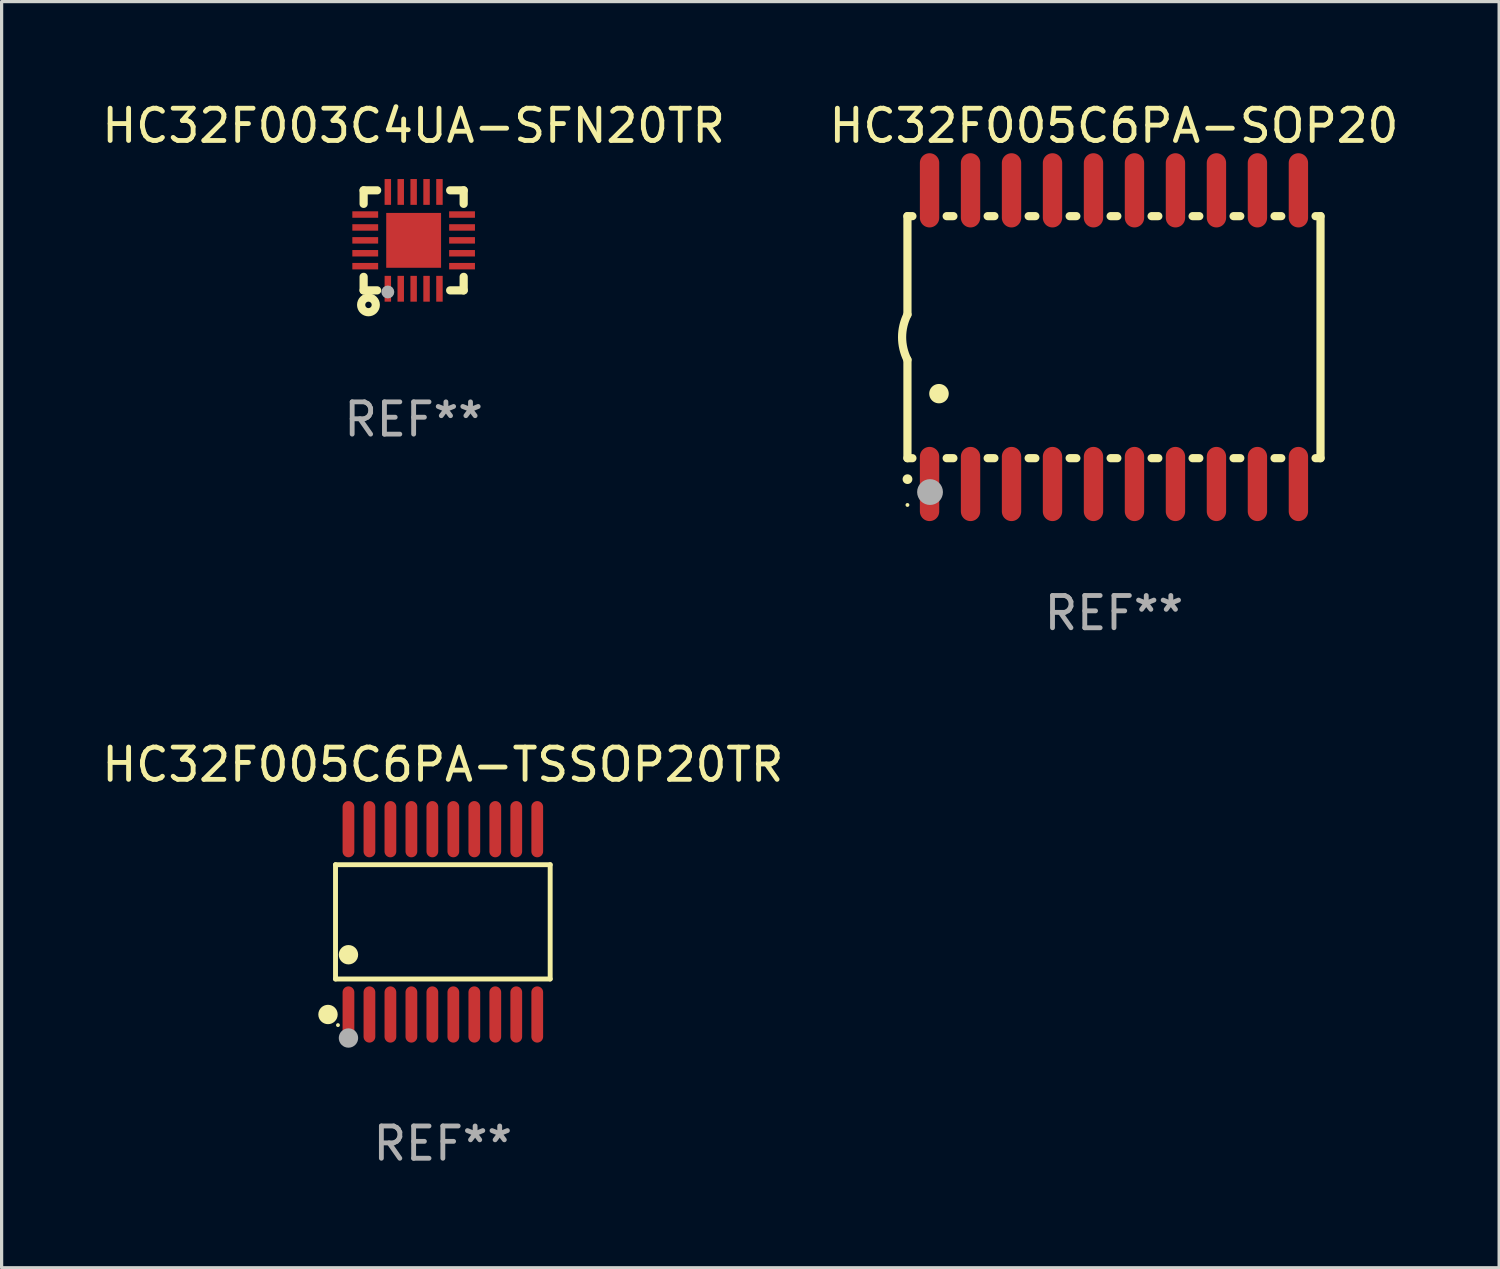
<source format=kicad_pcb>
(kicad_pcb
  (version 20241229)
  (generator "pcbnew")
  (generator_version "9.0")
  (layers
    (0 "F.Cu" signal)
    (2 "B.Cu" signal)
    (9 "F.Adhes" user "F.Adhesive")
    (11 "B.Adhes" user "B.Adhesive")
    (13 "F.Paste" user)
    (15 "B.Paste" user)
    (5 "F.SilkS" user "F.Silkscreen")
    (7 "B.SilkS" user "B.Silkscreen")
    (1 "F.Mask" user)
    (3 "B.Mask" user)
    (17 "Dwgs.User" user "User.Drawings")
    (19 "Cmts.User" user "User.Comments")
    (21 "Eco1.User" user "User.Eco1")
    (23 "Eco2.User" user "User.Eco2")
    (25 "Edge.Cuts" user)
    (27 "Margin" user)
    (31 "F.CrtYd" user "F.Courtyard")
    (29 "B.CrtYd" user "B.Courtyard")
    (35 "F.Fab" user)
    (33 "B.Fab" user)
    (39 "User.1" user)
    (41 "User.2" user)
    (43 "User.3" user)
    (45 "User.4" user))
  (footprint "HC32F005C6PA-SOP20"
    (layer "F.Cu")
    (at 31.47 7.398)
    (property "Reference" "HC32F005C6PA-SOP20" (at 0 -6.55 0) (layer "F.SilkS") (effects (font (size 1 1) (thickness 0.15))))
    (attr through_hole)
    (fp_line (start -6.4 -3.75) (end -6.4 -0.7) (stroke (width 0.254) (type solid)) (layer "F.SilkS"))
    (fp_line (start -6.4 -3.75) (end -6.246 -3.75) (stroke (width 0.254) (type solid)) (layer "F.SilkS"))
    (fp_line (start -6.4 3.75) (end -6.4 0.7) (stroke (width 0.254) (type solid)) (layer "F.SilkS"))
    (fp_line (start -6.246 3.75) (end -6.4 3.75) (stroke (width 0.254) (type solid)) (layer "F.SilkS"))
    (fp_line (start -5.184 -3.75) (end -4.976 -3.75) (stroke (width 0.254) (type solid)) (layer "F.SilkS"))
    (fp_line (start -4.976 3.75) (end -5.184 3.75) (stroke (width 0.254) (type solid)) (layer "F.SilkS"))
    (fp_line (start -3.914 -3.75) (end -3.706 -3.75) (stroke (width 0.254) (type solid)) (layer "F.SilkS"))
    (fp_line (start -3.706 3.75) (end -3.914 3.75) (stroke (width 0.254) (type solid)) (layer "F.SilkS"))
    (fp_line (start -2.644 -3.75) (end -2.436 -3.75) (stroke (width 0.254) (type solid)) (layer "F.SilkS"))
    (fp_line (start -2.436 3.75) (end -2.644 3.75) (stroke (width 0.254) (type solid)) (layer "F.SilkS"))
    (fp_line (start -1.374 -3.75) (end -1.166 -3.75) (stroke (width 0.254) (type solid)) (layer "F.SilkS"))
    (fp_line (start -1.166 3.75) (end -1.374 3.75) (stroke (width 0.254) (type solid)) (layer "F.SilkS"))
    (fp_line (start -0.104 -3.75) (end 0.104 -3.75) (stroke (width 0.254) (type solid)) (layer "F.SilkS"))
    (fp_line (start 0.104 3.75) (end -0.104 3.75) (stroke (width 0.254) (type solid)) (layer "F.SilkS"))
    (fp_line (start 1.166 -3.75) (end 1.374 -3.75) (stroke (width 0.254) (type solid)) (layer "F.SilkS"))
    (fp_line (start 1.374 3.75) (end 1.166 3.75) (stroke (width 0.254) (type solid)) (layer "F.SilkS"))
    (fp_line (start 2.436 -3.75) (end 2.644 -3.75) (stroke (width 0.254) (type solid)) (layer "F.SilkS"))
    (fp_line (start 2.644 3.75) (end 2.436 3.75) (stroke (width 0.254) (type solid)) (layer "F.SilkS"))
    (fp_line (start 3.706 -3.75) (end 3.914 -3.75) (stroke (width 0.254) (type solid)) (layer "F.SilkS"))
    (fp_line (start 3.914 3.75) (end 3.706 3.75) (stroke (width 0.254) (type solid)) (layer "F.SilkS"))
    (fp_line (start 4.976 -3.75) (end 5.184 -3.75) (stroke (width 0.254) (type solid)) (layer "F.SilkS"))
    (fp_line (start 5.184 3.75) (end 4.976 3.75) (stroke (width 0.254) (type solid)) (layer "F.SilkS"))
    (fp_line (start 6.246 -3.75) (end 6.4 -3.75) (stroke (width 0.254) (type solid)) (layer "F.SilkS"))
    (fp_line (start 6.4 -3.75) (end 6.4 3.75) (stroke (width 0.254) (type solid)) (layer "F.SilkS"))
    (fp_line (start 6.4 3.75) (end 6.246 3.75) (stroke (width 0.254) (type solid)) (layer "F.SilkS"))
    (fp_arc (start -6.400812 0.701041) (mid -6.565912 0.000428) (end -6.400025 -0.7) (stroke (width 0.254001) (type solid)) (layer "F.SilkS"))
    (fp_arc (start -6.400025 4.4) (mid -6.398755 4.399995) (end -6.397485 4.4) (stroke (width 0.3) (type solid)) (layer "F.SilkS"))
    (fp_arc (start -5.425451 1.750064) (mid -5.422911 1.750053) (end -5.420371 1.750064) (stroke (width 0.6) (type solid)) (layer "F.SilkS"))
    (fp_circle (center -6.4 5.2) (end -6.37 5.2) (stroke (width 0.06) (type solid)) (fill no) (layer "F.SilkS"))
    (fp_circle (center -5.7 4.8) (end -5.5 4.8) (stroke (width 0.4) (type solid)) (fill no) (layer "F.Fab"))
    (fp_text user "REF**" (at 0 8.55 0) (layer "F.Fab") (effects (font (size 1 1) (thickness 0.15))))
    (pad "1" smd oval (at -5.715 4.55 180) (size 0.6 2.3) (layers "F.Cu" "F.Mask" "F.Paste"))
    (pad "2" smd oval (at -4.445 4.55 180) (size 0.6 2.3) (layers "F.Cu" "F.Mask" "F.Paste"))
    (pad "3" smd oval (at -3.175 4.55 180) (size 0.6 2.3) (layers "F.Cu" "F.Mask" "F.Paste"))
    (pad "4" smd oval (at -1.905 4.55 180) (size 0.6 2.3) (layers "F.Cu" "F.Mask" "F.Paste"))
    (pad "5" smd oval (at -0.635 4.55 180) (size 0.6 2.3) (layers "F.Cu" "F.Mask" "F.Paste"))
    (pad "6" smd oval (at 0.635 4.55 180) (size 0.6 2.3) (layers "F.Cu" "F.Mask" "F.Paste"))
    (pad "7" smd oval (at 1.905 4.55 180) (size 0.6 2.3) (layers "F.Cu" "F.Mask" "F.Paste"))
    (pad "8" smd oval (at 3.175 4.55 180) (size 0.6 2.3) (layers "F.Cu" "F.Mask" "F.Paste"))
    (pad "9" smd oval (at 4.445 4.55 180) (size 0.6 2.3) (layers "F.Cu" "F.Mask" "F.Paste"))
    (pad "10" smd oval (at 5.715 4.55 180) (size 0.6 2.3) (layers "F.Cu" "F.Mask" "F.Paste"))
    (pad "11" smd oval (at 5.715 -4.55 180) (size 0.6 2.3) (layers "F.Cu" "F.Mask" "F.Paste"))
    (pad "12" smd oval (at 4.445 -4.55 180) (size 0.6 2.3) (layers "F.Cu" "F.Mask" "F.Paste"))
    (pad "13" smd oval (at 3.175 -4.55 180) (size 0.6 2.3) (layers "F.Cu" "F.Mask" "F.Paste"))
    (pad "14" smd oval (at 1.905 -4.55 180) (size 0.6 2.3) (layers "F.Cu" "F.Mask" "F.Paste"))
    (pad "15" smd oval (at 0.635 -4.55 180) (size 0.6 2.3) (layers "F.Cu" "F.Mask" "F.Paste"))
    (pad "16" smd oval (at -0.635 -4.55 180) (size 0.6 2.3) (layers "F.Cu" "F.Mask" "F.Paste"))
    (pad "17" smd oval (at -1.905 -4.55 180) (size 0.6 2.3) (layers "F.Cu" "F.Mask" "F.Paste"))
    (pad "18" smd oval (at -3.175 -4.55 180) (size 0.6 2.3) (layers "F.Cu" "F.Mask" "F.Paste"))
    (pad "19" smd oval (at -4.445 -4.55 180) (size 0.6 2.3) (layers "F.Cu" "F.Mask" "F.Paste"))
    (pad "20" smd oval (at -5.715 -4.55 180) (size 0.6 2.3) (layers "F.Cu" "F.Mask" "F.Paste")))
  (footprint "HC32F003C4UA-SFN20TR"
    (layer "F.Cu")
    (at 9.768 4.398)
    (property "Reference" "HC32F003C4UA-SFN20TR" (at 0 -3.55 0) (layer "F.SilkS") (effects (font (size 1 1) (thickness 0.15))))
    (attr through_hole)
    (fp_line (start -1.55 -1.131) (end -1.55 -1.55) (stroke (width 0.254) (type solid)) (layer "F.SilkS"))
    (fp_line (start -1.55 1.55) (end -1.55 1.131) (stroke (width 0.254) (type solid)) (layer "F.SilkS"))
    (fp_line (start -1.55 1.55) (end -1.131 1.55) (stroke (width 0.254) (type solid)) (layer "F.SilkS"))
    (fp_line (start -1.131 -1.55) (end -1.55 -1.55) (stroke (width 0.254) (type solid)) (layer "F.SilkS"))
    (fp_line (start 1.131 1.55) (end 1.55 1.55) (stroke (width 0.254) (type solid)) (layer "F.SilkS"))
    (fp_line (start 1.55 -1.55) (end 1.131 -1.55) (stroke (width 0.254) (type solid)) (layer "F.SilkS"))
    (fp_line (start 1.55 -1.55) (end 1.55 -1.131) (stroke (width 0.254) (type solid)) (layer "F.SilkS"))
    (fp_line (start 1.55 1.131) (end 1.55 1.55) (stroke (width 0.254) (type solid)) (layer "F.SilkS"))
    (fp_circle (center -1.5 1.5) (end -1.47 1.5) (stroke (width 0.06) (type solid)) (fill no) (layer "F.SilkS"))
    (fp_circle (center -1.4 2) (end -1.3 2) (stroke (width 0.254) (type solid)) (fill no) (layer "F.SilkS"))
    (fp_circle (center -0.8 1.6) (end -0.7 1.6) (stroke (width 0.2) (type solid)) (fill no) (layer "F.Fab"))
    (fp_text user "REF**" (at 0 5.55 0) (layer "F.Fab") (effects (font (size 1 1) (thickness 0.15))))
    (pad "1" smd rect (at -0.8 1.5 180) (size 0.2 0.8) (layers "F.Cu" "F.Mask" "F.Paste"))
    (pad "2" smd rect (at -0.4 1.5 180) (size 0.2 0.8) (layers "F.Cu" "F.Mask" "F.Paste"))
    (pad "3" smd rect (at 0 1.5 180) (size 0.2 0.8) (layers "F.Cu" "F.Mask" "F.Paste"))
    (pad "4" smd rect (at 0.4 1.5 180) (size 0.2 0.8) (layers "F.Cu" "F.Mask" "F.Paste"))
    (pad "5" smd rect (at 0.8 1.5 180) (size 0.2 0.8) (layers "F.Cu" "F.Mask" "F.Paste"))
    (pad "6" smd rect (at 1.5 0.8 90) (size 0.2 0.8) (layers "F.Cu" "F.Mask" "F.Paste"))
    (pad "7" smd rect (at 1.5 0.4 90) (size 0.2 0.8) (layers "F.Cu" "F.Mask" "F.Paste"))
    (pad "8" smd rect (at 1.5 0 90) (size 0.2 0.8) (layers "F.Cu" "F.Mask" "F.Paste"))
    (pad "9" smd rect (at 1.5 -0.4 90) (size 0.2 0.8) (layers "F.Cu" "F.Mask" "F.Paste"))
    (pad "10" smd rect (at 1.5 -0.8 90) (size 0.2 0.8) (layers "F.Cu" "F.Mask" "F.Paste"))
    (pad "11" smd rect (at 0.8 -1.5 180) (size 0.2 0.8) (layers "F.Cu" "F.Mask" "F.Paste"))
    (pad "12" smd rect (at 0.4 -1.5 180) (size 0.2 0.8) (layers "F.Cu" "F.Mask" "F.Paste"))
    (pad "13" smd rect (at 0 -1.5 180) (size 0.2 0.8) (layers "F.Cu" "F.Mask" "F.Paste"))
    (pad "14" smd rect (at -0.4 -1.5 180) (size 0.2 0.8) (layers "F.Cu" "F.Mask" "F.Paste"))
    (pad "15" smd rect (at -0.8 -1.5 180) (size 0.2 0.8) (layers "F.Cu" "F.Mask" "F.Paste"))
    (pad "16" smd rect (at -1.5 -0.8 270) (size 0.2 0.8) (layers "F.Cu" "F.Mask" "F.Paste"))
    (pad "17" smd rect (at -1.5 -0.4 270) (size 0.2 0.8) (layers "F.Cu" "F.Mask" "F.Paste"))
    (pad "18" smd rect (at -1.5 -0.000254 270) (size 0.2 0.8) (layers "F.Cu" "F.Mask" "F.Paste"))
    (pad "19" smd rect (at -1.5 0.4 270) (size 0.2 0.8) (layers "F.Cu" "F.Mask" "F.Paste"))
    (pad "20" smd rect (at -1.5 0.8 270) (size 0.2 0.8) (layers "F.Cu" "F.Mask" "F.Paste"))
    (pad "21" smd rect (at 0 0 270) (size 1.7 1.7) (layers "F.Cu" "F.Mask" "F.Paste")))
  (footprint "HC32F005C6PA-TSSOP20TR"
    (layer "F.Cu")
    (at 10.673 25.516)
    (property "Reference" "HC32F005C6PA-TSSOP20TR" (at 0 -4.871 0) (layer "F.SilkS") (effects (font (size 1 1) (thickness 0.15))))
    (attr through_hole)
    (fp_line (start -3.326 -1.771) (end 3.326 -1.771) (stroke (width 0.152) (type solid)) (layer "F.SilkS"))
    (fp_line (start -3.326 1.771) (end -3.326 -1.771) (stroke (width 0.152) (type solid)) (layer "F.SilkS"))
    (fp_line (start 3.326 -1.771) (end 3.326 1.771) (stroke (width 0.152) (type solid)) (layer "F.SilkS"))
    (fp_line (start 3.326 1.771) (end -3.326 1.771) (stroke (width 0.152) (type solid)) (layer "F.SilkS"))
    (fp_circle (center -3.559 2.871) (end -3.409 2.871) (stroke (width 0.3) (type solid)) (fill no) (layer "F.SilkS"))
    (fp_circle (center -3.25 3.2) (end -3.22 3.2) (stroke (width 0.06) (type solid)) (fill no) (layer "F.SilkS"))
    (fp_circle (center -2.925 1.019) (end -2.775 1.019) (stroke (width 0.3) (type solid)) (fill no) (layer "F.SilkS"))
    (fp_circle (center -2.925 3.6) (end -2.775 3.6) (stroke (width 0.3) (type solid)) (fill no) (layer "F.Fab"))
    (fp_text user "REF**" (at 0 6.871 0) (layer "F.Fab") (effects (font (size 1 1) (thickness 0.15))))
    (pad "1" smd oval (at -2.925 2.871) (size 0.364 1.742) (layers "F.Cu" "F.Mask" "F.Paste"))
    (pad "2" smd oval (at -2.275 2.871) (size 0.364 1.742) (layers "F.Cu" "F.Mask" "F.Paste"))
    (pad "3" smd oval (at -1.625 2.871) (size 0.364 1.742) (layers "F.Cu" "F.Mask" "F.Paste"))
    (pad "4" smd oval (at -0.975 2.871) (size 0.364 1.742) (layers "F.Cu" "F.Mask" "F.Paste"))
    (pad "5" smd oval (at -0.325 2.871) (size 0.364 1.742) (layers "F.Cu" "F.Mask" "F.Paste"))
    (pad "6" smd oval (at 0.325 2.871) (size 0.364 1.742) (layers "F.Cu" "F.Mask" "F.Paste"))
    (pad "7" smd oval (at 0.975 2.871) (size 0.364 1.742) (layers "F.Cu" "F.Mask" "F.Paste"))
    (pad "8" smd oval (at 1.625 2.871) (size 0.364 1.742) (layers "F.Cu" "F.Mask" "F.Paste"))
    (pad "9" smd oval (at 2.275 2.871) (size 0.364 1.742) (layers "F.Cu" "F.Mask" "F.Paste"))
    (pad "10" smd oval (at 2.925 2.871) (size 0.364 1.742) (layers "F.Cu" "F.Mask" "F.Paste"))
    (pad "11" smd oval (at 2.925 -2.871) (size 0.364 1.742) (layers "F.Cu" "F.Mask" "F.Paste"))
    (pad "12" smd oval (at 2.275 -2.871) (size 0.364 1.742) (layers "F.Cu" "F.Mask" "F.Paste"))
    (pad "13" smd oval (at 1.625 -2.871) (size 0.364 1.742) (layers "F.Cu" "F.Mask" "F.Paste"))
    (pad "14" smd oval (at 0.975 -2.871) (size 0.364 1.742) (layers "F.Cu" "F.Mask" "F.Paste"))
    (pad "15" smd oval (at 0.325 -2.871) (size 0.364 1.742) (layers "F.Cu" "F.Mask" "F.Paste"))
    (pad "16" smd oval (at -0.325 -2.871) (size 0.364 1.742) (layers "F.Cu" "F.Mask" "F.Paste"))
    (pad "17" smd oval (at -0.975 -2.871) (size 0.364 1.742) (layers "F.Cu" "F.Mask" "F.Paste"))
    (pad "18" smd oval (at -1.625 -2.871) (size 0.364 1.742) (layers "F.Cu" "F.Mask" "F.Paste"))
    (pad "19" smd oval (at -2.275 -2.871) (size 0.364 1.742) (layers "F.Cu" "F.Mask" "F.Paste"))
    (pad "20" smd oval (at -2.925 -2.871) (size 0.364 1.742) (layers "F.Cu" "F.Mask" "F.Paste")))
  (gr_rect
    (start -3 -3)
    (end 43.405 36.235)
    (stroke (width 0.1) (type default))
    (fill no)
    (layer "Edge.Cuts")))
</source>
